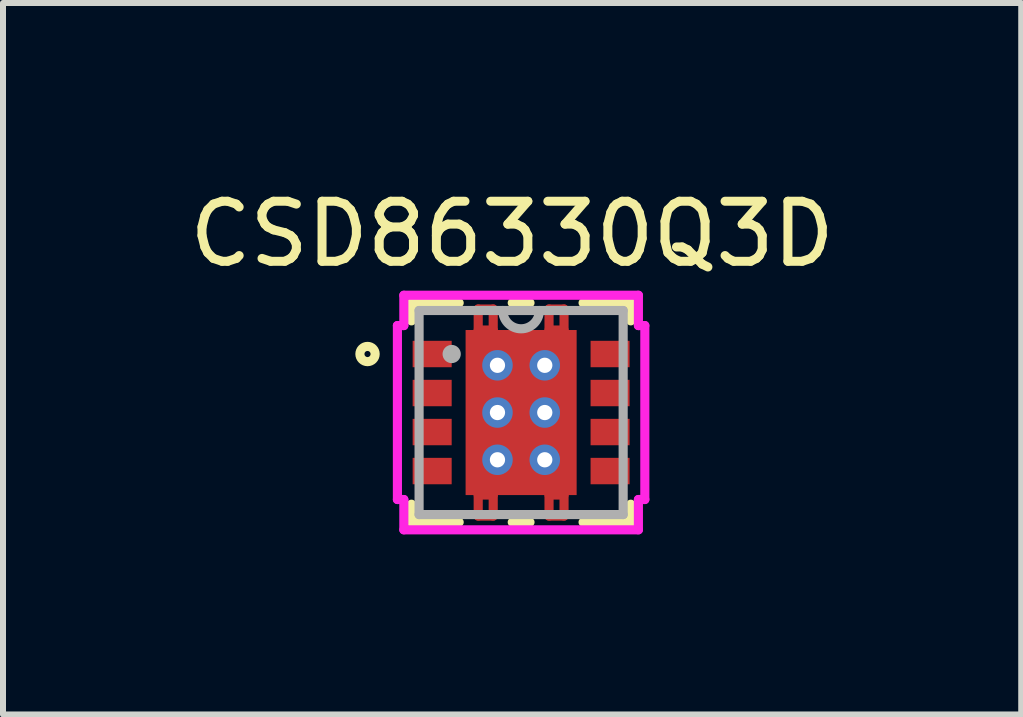
<source format=kicad_pcb>
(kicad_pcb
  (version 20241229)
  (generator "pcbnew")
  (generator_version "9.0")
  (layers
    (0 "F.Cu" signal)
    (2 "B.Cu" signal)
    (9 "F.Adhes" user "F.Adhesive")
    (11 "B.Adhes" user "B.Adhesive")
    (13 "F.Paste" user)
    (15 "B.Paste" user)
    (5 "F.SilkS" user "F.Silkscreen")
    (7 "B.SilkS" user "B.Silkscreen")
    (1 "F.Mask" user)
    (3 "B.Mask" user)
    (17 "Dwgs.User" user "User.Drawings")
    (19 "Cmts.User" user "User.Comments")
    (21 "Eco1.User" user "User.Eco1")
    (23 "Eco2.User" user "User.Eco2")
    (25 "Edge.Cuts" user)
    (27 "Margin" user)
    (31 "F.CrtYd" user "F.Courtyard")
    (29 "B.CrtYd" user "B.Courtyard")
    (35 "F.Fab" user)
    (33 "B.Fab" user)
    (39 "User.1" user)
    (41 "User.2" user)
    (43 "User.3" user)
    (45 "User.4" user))
  (footprint "CSD86330Q3D"
    (layer "F.Cu")
    (at 5.632 3.823)
    (property "Reference" "CSD86330Q3D" (at -0.15 -2.975 0) (layer "F.SilkS") (effects (font (size 1 1) (thickness 0.15))))
    (attr through_hole)
    (fp_line (start -0.715 -1.725) (end -0.715 -1.375) (stroke (width 0.152) (type solid)) (layer "F.Cu"))
    (fp_line (start -0.715 -1.375) (end -0.465 -1.375) (stroke (width 0.152) (type solid)) (layer "F.Cu"))
    (fp_line (start -0.715 1.375) (end -0.465 1.375) (stroke (width 0.152) (type solid)) (layer "F.Cu"))
    (fp_line (start -0.715 1.725) (end -0.715 1.375) (stroke (width 0.152) (type solid)) (layer "F.Cu"))
    (fp_line (start -0.465 -1.725) (end -0.715 -1.725) (stroke (width 0.152) (type solid)) (layer "F.Cu"))
    (fp_line (start -0.465 -1.375) (end -0.465 -1.725) (stroke (width 0.152) (type solid)) (layer "F.Cu"))
    (fp_line (start -0.465 1.375) (end -0.465 1.725) (stroke (width 0.152) (type solid)) (layer "F.Cu"))
    (fp_line (start -0.465 1.725) (end -0.715 1.725) (stroke (width 0.152) (type solid)) (layer "F.Cu"))
    (fp_line (start 0.465 -1.725) (end 0.715 -1.725) (stroke (width 0.152) (type solid)) (layer "F.Cu"))
    (fp_line (start 0.465 -1.375) (end 0.465 -1.725) (stroke (width 0.152) (type solid)) (layer "F.Cu"))
    (fp_line (start 0.465 1.375) (end 0.465 1.725) (stroke (width 0.152) (type solid)) (layer "F.Cu"))
    (fp_line (start 0.465 1.725) (end 0.715 1.725) (stroke (width 0.152) (type solid)) (layer "F.Cu"))
    (fp_line (start 0.715 -1.725) (end 0.715 -1.375) (stroke (width 0.152) (type solid)) (layer "F.Cu"))
    (fp_line (start 0.715 -1.375) (end 0.465 -1.375) (stroke (width 0.152) (type solid)) (layer "F.Cu"))
    (fp_line (start 0.715 1.375) (end 0.465 1.375) (stroke (width 0.152) (type solid)) (layer "F.Cu"))
    (fp_line (start 0.715 1.725) (end 0.715 1.375) (stroke (width 0.152) (type solid)) (layer "F.Cu"))
    (fp_line (start -0.989 -1.438) (end -0.594 -1.438) (stroke (width 0.152) (type solid)) (layer "F.Mask"))
    (fp_line (start -0.989 -1.438) (end 0.989 -1.438) (stroke (width 0.152) (type solid)) (layer "F.Mask"))
    (fp_line (start -0.989 -0.987) (end -0.989 -1.438) (stroke (width 0.152) (type solid)) (layer "F.Mask"))
    (fp_line (start -0.989 -0.587) (end 0.989 -0.587) (stroke (width 0.152) (type solid)) (layer "F.Mask"))
    (fp_line (start -0.989 -0.2) (end -0.989 -0.587) (stroke (width 0.152) (type solid)) (layer "F.Mask"))
    (fp_line (start -0.989 0.2) (end 0.989 0.2) (stroke (width 0.152) (type solid)) (layer "F.Mask"))
    (fp_line (start -0.989 0.587) (end -0.989 0.2) (stroke (width 0.152) (type solid)) (layer "F.Mask"))
    (fp_line (start -0.989 0.987) (end 0.989 0.987) (stroke (width 0.152) (type solid)) (layer "F.Mask"))
    (fp_line (start -0.989 1.438) (end -0.989 -1.438) (stroke (width 0.152) (type solid)) (layer "F.Mask"))
    (fp_line (start -0.989 1.438) (end -0.989 0.987) (stroke (width 0.152) (type solid)) (layer "F.Mask"))
    (fp_line (start -0.715 -1.725) (end -0.715 -1.375) (stroke (width 0.152) (type solid)) (layer "F.Mask"))
    (fp_line (start -0.715 -1.375) (end -0.465 -1.375) (stroke (width 0.152) (type solid)) (layer "F.Mask"))
    (fp_line (start -0.715 1.375) (end -0.465 1.375) (stroke (width 0.152) (type solid)) (layer "F.Mask"))
    (fp_line (start -0.715 1.725) (end -0.715 1.375) (stroke (width 0.152) (type solid)) (layer "F.Mask"))
    (fp_line (start -0.594 -1.438) (end -0.594 1.438) (stroke (width 0.152) (type solid)) (layer "F.Mask"))
    (fp_line (start -0.594 1.438) (end -0.989 1.438) (stroke (width 0.152) (type solid)) (layer "F.Mask"))
    (fp_line (start -0.465 -1.725) (end -0.715 -1.725) (stroke (width 0.152) (type solid)) (layer "F.Mask"))
    (fp_line (start -0.465 -1.375) (end -0.465 -1.725) (stroke (width 0.152) (type solid)) (layer "F.Mask"))
    (fp_line (start -0.465 1.375) (end -0.465 1.725) (stroke (width 0.152) (type solid)) (layer "F.Mask"))
    (fp_line (start -0.465 1.725) (end -0.715 1.725) (stroke (width 0.152) (type solid)) (layer "F.Mask"))
    (fp_line (start -0.194 -1.438) (end -0.194 1.438) (stroke (width 0.152) (type solid)) (layer "F.Mask"))
    (fp_line (start -0.194 1.438) (end 0.194 1.438) (stroke (width 0.152) (type solid)) (layer "F.Mask"))
    (fp_line (start 0.194 -1.438) (end -0.194 -1.438) (stroke (width 0.152) (type solid)) (layer "F.Mask"))
    (fp_line (start 0.194 1.438) (end 0.194 -1.438) (stroke (width 0.152) (type solid)) (layer "F.Mask"))
    (fp_line (start 0.465 -1.725) (end 0.715 -1.725) (stroke (width 0.152) (type solid)) (layer "F.Mask"))
    (fp_line (start 0.465 -1.375) (end 0.465 -1.725) (stroke (width 0.152) (type solid)) (layer "F.Mask"))
    (fp_line (start 0.465 1.375) (end 0.465 1.725) (stroke (width 0.152) (type solid)) (layer "F.Mask"))
    (fp_line (start 0.465 1.725) (end 0.715 1.725) (stroke (width 0.152) (type solid)) (layer "F.Mask"))
    (fp_line (start 0.594 -1.438) (end 0.989 -1.438) (stroke (width 0.152) (type solid)) (layer "F.Mask"))
    (fp_line (start 0.594 1.438) (end 0.594 -1.438) (stroke (width 0.152) (type solid)) (layer "F.Mask"))
    (fp_line (start 0.715 -1.725) (end 0.715 -1.375) (stroke (width 0.152) (type solid)) (layer "F.Mask"))
    (fp_line (start 0.715 -1.375) (end 0.465 -1.375) (stroke (width 0.152) (type solid)) (layer "F.Mask"))
    (fp_line (start 0.715 1.375) (end 0.465 1.375) (stroke (width 0.152) (type solid)) (layer "F.Mask"))
    (fp_line (start 0.715 1.725) (end 0.715 1.375) (stroke (width 0.152) (type solid)) (layer "F.Mask"))
    (fp_line (start 0.989 -1.438) (end 0.989 -0.987) (stroke (width 0.152) (type solid)) (layer "F.Mask"))
    (fp_line (start 0.989 -1.438) (end 0.989 1.438) (stroke (width 0.152) (type solid)) (layer "F.Mask"))
    (fp_line (start 0.989 -0.987) (end -0.989 -0.987) (stroke (width 0.152) (type solid)) (layer "F.Mask"))
    (fp_line (start 0.989 -0.587) (end 0.989 -0.2) (stroke (width 0.152) (type solid)) (layer "F.Mask"))
    (fp_line (start 0.989 -0.2) (end -0.989 -0.2) (stroke (width 0.152) (type solid)) (layer "F.Mask"))
    (fp_line (start 0.989 0.2) (end 0.989 0.587) (stroke (width 0.152) (type solid)) (layer "F.Mask"))
    (fp_line (start 0.989 0.587) (end -0.989 0.587) (stroke (width 0.152) (type solid)) (layer "F.Mask"))
    (fp_line (start 0.989 0.987) (end 0.989 1.438) (stroke (width 0.152) (type solid)) (layer "F.Mask"))
    (fp_line (start 0.989 1.438) (end -0.989 1.438) (stroke (width 0.152) (type solid)) (layer "F.Mask"))
    (fp_line (start 0.989 1.438) (end 0.594 1.438) (stroke (width 0.152) (type solid)) (layer "F.Mask"))
    (fp_line (start -1.827 -1.827) (end -1.827 -1.527) (stroke (width 0.152) (type solid)) (layer "F.SilkS"))
    (fp_line (start -1.827 1.527) (end -1.827 1.827) (stroke (width 0.152) (type solid)) (layer "F.SilkS"))
    (fp_line (start -1.827 1.827) (end -1.032 1.827) (stroke (width 0.152) (type solid)) (layer "F.SilkS"))
    (fp_line (start -1.032 -1.827) (end -1.827 -1.827) (stroke (width 0.152) (type solid)) (layer "F.SilkS"))
    (fp_line (start -0.148 1.827) (end 0.148 1.827) (stroke (width 0.152) (type solid)) (layer "F.SilkS"))
    (fp_line (start 0.148 -1.827) (end -0.148 -1.827) (stroke (width 0.152) (type solid)) (layer "F.SilkS"))
    (fp_line (start 1.032 1.827) (end 1.827 1.827) (stroke (width 0.152) (type solid)) (layer "F.SilkS"))
    (fp_line (start 1.827 -1.827) (end 1.032 -1.827) (stroke (width 0.152) (type solid)) (layer "F.SilkS"))
    (fp_line (start 1.827 -1.527) (end 1.827 -1.827) (stroke (width 0.152) (type solid)) (layer "F.SilkS"))
    (fp_line (start 1.827 1.827) (end 1.827 1.527) (stroke (width 0.152) (type solid)) (layer "F.SilkS"))
    (fp_circle (center -2.559 -0.975) (end -2.432 -0.975) (stroke (width 0.152) (type solid)) (fill no) (layer "F.SilkS"))
    (fp_line (start -0.85 -1.3) (end -0.85 -0.887) (stroke (width 0.152) (type solid)) (layer "F.Paste"))
    (fp_line (start -0.85 -0.887) (end -0.635 -0.887) (stroke (width 0.152) (type solid)) (layer "F.Paste"))
    (fp_line (start -0.85 -0.687) (end -0.85 -0.1) (stroke (width 0.152) (type solid)) (layer "F.Paste"))
    (fp_line (start -0.85 -0.1) (end -0.635 -0.1) (stroke (width 0.152) (type solid)) (layer "F.Paste"))
    (fp_line (start -0.85 0.1) (end -0.85 0.687) (stroke (width 0.152) (type solid)) (layer "F.Paste"))
    (fp_line (start -0.85 0.687) (end -0.635 0.687) (stroke (width 0.152) (type solid)) (layer "F.Paste"))
    (fp_line (start -0.85 0.887) (end -0.85 1.3) (stroke (width 0.152) (type solid)) (layer "F.Paste"))
    (fp_line (start -0.85 1.3) (end -0.494 1.3) (stroke (width 0.152) (type solid)) (layer "F.Paste"))
    (fp_line (start -0.664 -1.674) (end -0.664 -1.426) (stroke (width 0.152) (type solid)) (layer "F.Paste"))
    (fp_line (start -0.664 -1.426) (end -0.516 -1.426) (stroke (width 0.152) (type solid)) (layer "F.Paste"))
    (fp_line (start -0.664 1.426) (end -0.516 1.426) (stroke (width 0.152) (type solid)) (layer "F.Paste"))
    (fp_line (start -0.664 1.674) (end -0.664 1.426) (stroke (width 0.152) (type solid)) (layer "F.Paste"))
    (fp_line (start -0.635 -0.887) (end -0.635 -0.887) (stroke (width 0.152) (type solid)) (layer "F.Paste"))
    (fp_line (start -0.635 -0.887) (end -0.494 -1.029) (stroke (width 0.152) (type solid)) (layer "F.Paste"))
    (fp_line (start -0.635 -0.687) (end -0.85 -0.687) (stroke (width 0.152) (type solid)) (layer "F.Paste"))
    (fp_line (start -0.635 -0.687) (end -0.635 -0.687) (stroke (width 0.152) (type solid)) (layer "F.Paste"))
    (fp_line (start -0.635 -0.1) (end -0.635 -0.1) (stroke (width 0.152) (type solid)) (layer "F.Paste"))
    (fp_line (start -0.635 -0.1) (end -0.494 -0.241) (stroke (width 0.152) (type solid)) (layer "F.Paste"))
    (fp_line (start -0.635 0.1) (end -0.85 0.1) (stroke (width 0.152) (type solid)) (layer "F.Paste"))
    (fp_line (start -0.635 0.1) (end -0.635 0.1) (stroke (width 0.152) (type solid)) (layer "F.Paste"))
    (fp_line (start -0.635 0.687) (end -0.635 0.687) (stroke (width 0.152) (type solid)) (layer "F.Paste"))
    (fp_line (start -0.635 0.687) (end -0.494 0.546) (stroke (width 0.152) (type solid)) (layer "F.Paste"))
    (fp_line (start -0.635 0.887) (end -0.85 0.887) (stroke (width 0.152) (type solid)) (layer "F.Paste"))
    (fp_line (start -0.635 0.887) (end -0.635 0.887) (stroke (width 0.152) (type solid)) (layer "F.Paste"))
    (fp_line (start -0.516 -1.674) (end -0.664 -1.674) (stroke (width 0.152) (type solid)) (layer "F.Paste"))
    (fp_line (start -0.516 -1.426) (end -0.516 -1.674) (stroke (width 0.152) (type solid)) (layer "F.Paste"))
    (fp_line (start -0.516 1.426) (end -0.516 1.674) (stroke (width 0.152) (type solid)) (layer "F.Paste"))
    (fp_line (start -0.516 1.674) (end -0.664 1.674) (stroke (width 0.152) (type solid)) (layer "F.Paste"))
    (fp_line (start -0.494 -1.3) (end -0.85 -1.3) (stroke (width 0.152) (type solid)) (layer "F.Paste"))
    (fp_line (start -0.494 -1.029) (end -0.494 -1.3) (stroke (width 0.152) (type solid)) (layer "F.Paste"))
    (fp_line (start -0.494 -1.029) (end -0.494 -1.029) (stroke (width 0.152) (type solid)) (layer "F.Paste"))
    (fp_line (start -0.494 -0.546) (end -0.635 -0.687) (stroke (width 0.152) (type solid)) (layer "F.Paste"))
    (fp_line (start -0.494 -0.546) (end -0.494 -0.546) (stroke (width 0.152) (type solid)) (layer "F.Paste"))
    (fp_line (start -0.494 -0.241) (end -0.494 -0.546) (stroke (width 0.152) (type solid)) (layer "F.Paste"))
    (fp_line (start -0.494 -0.241) (end -0.494 -0.241) (stroke (width 0.152) (type solid)) (layer "F.Paste"))
    (fp_line (start -0.494 0.241) (end -0.635 0.1) (stroke (width 0.152) (type solid)) (layer "F.Paste"))
    (fp_line (start -0.494 0.241) (end -0.494 0.241) (stroke (width 0.152) (type solid)) (layer "F.Paste"))
    (fp_line (start -0.494 0.546) (end -0.494 0.241) (stroke (width 0.152) (type solid)) (layer "F.Paste"))
    (fp_line (start -0.494 0.546) (end -0.494 0.546) (stroke (width 0.152) (type solid)) (layer "F.Paste"))
    (fp_line (start -0.494 1.029) (end -0.635 0.887) (stroke (width 0.152) (type solid)) (layer "F.Paste"))
    (fp_line (start -0.494 1.029) (end -0.494 1.029) (stroke (width 0.152) (type solid)) (layer "F.Paste"))
    (fp_line (start -0.494 1.3) (end -0.494 1.029) (stroke (width 0.152) (type solid)) (layer "F.Paste"))
    (fp_line (start -0.294 -1.3) (end -0.294 -1.029) (stroke (width 0.152) (type solid)) (layer "F.Paste"))
    (fp_line (start -0.294 -1.029) (end -0.294 -1.029) (stroke (width 0.152) (type solid)) (layer "F.Paste"))
    (fp_line (start -0.294 -1.029) (end -0.152 -0.887) (stroke (width 0.152) (type solid)) (layer "F.Paste"))
    (fp_line (start -0.294 -0.546) (end -0.294 -0.546) (stroke (width 0.152) (type solid)) (layer "F.Paste"))
    (fp_line (start -0.294 -0.546) (end -0.294 -0.241) (stroke (width 0.152) (type solid)) (layer "F.Paste"))
    (fp_line (start -0.294 -0.241) (end -0.294 -0.241) (stroke (width 0.152) (type solid)) (layer "F.Paste"))
    (fp_line (start -0.294 -0.241) (end -0.152 -0.1) (stroke (width 0.152) (type solid)) (layer "F.Paste"))
    (fp_line (start -0.294 0.241) (end -0.294 0.241) (stroke (width 0.152) (type solid)) (layer "F.Paste"))
    (fp_line (start -0.294 0.241) (end -0.294 0.546) (stroke (width 0.152) (type solid)) (layer "F.Paste"))
    (fp_line (start -0.294 0.546) (end -0.294 0.546) (stroke (width 0.152) (type solid)) (layer "F.Paste"))
    (fp_line (start -0.294 0.546) (end -0.152 0.687) (stroke (width 0.152) (type solid)) (layer "F.Paste"))
    (fp_line (start -0.294 1.029) (end -0.294 1.029) (stroke (width 0.152) (type solid)) (layer "F.Paste"))
    (fp_line (start -0.294 1.029) (end -0.294 1.3) (stroke (width 0.152) (type solid)) (layer "F.Paste"))
    (fp_line (start -0.294 1.3) (end 0.294 1.3) (stroke (width 0.152) (type solid)) (layer "F.Paste"))
    (fp_line (start -0.152 -0.887) (end -0.152 -0.887) (stroke (width 0.152) (type solid)) (layer "F.Paste"))
    (fp_line (start -0.152 -0.887) (end 0.152 -0.887) (stroke (width 0.152) (type solid)) (layer "F.Paste"))
    (fp_line (start -0.152 -0.687) (end -0.294 -0.546) (stroke (width 0.152) (type solid)) (layer "F.Paste"))
    (fp_line (start -0.152 -0.687) (end -0.152 -0.687) (stroke (width 0.152) (type solid)) (layer "F.Paste"))
    (fp_line (start -0.152 -0.1) (end -0.152 -0.1) (stroke (width 0.152) (type solid)) (layer "F.Paste"))
    (fp_line (start -0.152 -0.1) (end 0.152 -0.1) (stroke (width 0.152) (type solid)) (layer "F.Paste"))
    (fp_line (start -0.152 0.1) (end -0.294 0.241) (stroke (width 0.152) (type solid)) (layer "F.Paste"))
    (fp_line (start -0.152 0.1) (end -0.152 0.1) (stroke (width 0.152) (type solid)) (layer "F.Paste"))
    (fp_line (start -0.152 0.687) (end -0.152 0.687) (stroke (width 0.152) (type solid)) (layer "F.Paste"))
    (fp_line (start -0.152 0.687) (end 0.152 0.687) (stroke (width 0.152) (type solid)) (layer "F.Paste"))
    (fp_line (start -0.152 0.887) (end -0.294 1.029) (stroke (width 0.152) (type solid)) (layer "F.Paste"))
    (fp_line (start -0.152 0.887) (end -0.152 0.887) (stroke (width 0.152) (type solid)) (layer "F.Paste"))
    (fp_line (start 0.152 -0.887) (end 0.152 -0.887) (stroke (width 0.152) (type solid)) (layer "F.Paste"))
    (fp_line (start 0.152 -0.887) (end 0.294 -1.029) (stroke (width 0.152) (type solid)) (layer "F.Paste"))
    (fp_line (start 0.152 -0.687) (end -0.152 -0.687) (stroke (width 0.152) (type solid)) (layer "F.Paste"))
    (fp_line (start 0.152 -0.687) (end 0.152 -0.687) (stroke (width 0.152) (type solid)) (layer "F.Paste"))
    (fp_line (start 0.152 -0.1) (end 0.152 -0.1) (stroke (width 0.152) (type solid)) (layer "F.Paste"))
    (fp_line (start 0.152 -0.1) (end 0.294 -0.241) (stroke (width 0.152) (type solid)) (layer "F.Paste"))
    (fp_line (start 0.152 0.1) (end -0.152 0.1) (stroke (width 0.152) (type solid)) (layer "F.Paste"))
    (fp_line (start 0.152 0.1) (end 0.152 0.1) (stroke (width 0.152) (type solid)) (layer "F.Paste"))
    (fp_line (start 0.152 0.687) (end 0.152 0.687) (stroke (width 0.152) (type solid)) (layer "F.Paste"))
    (fp_line (start 0.152 0.687) (end 0.294 0.546) (stroke (width 0.152) (type solid)) (layer "F.Paste"))
    (fp_line (start 0.152 0.887) (end -0.152 0.887) (stroke (width 0.152) (type solid)) (layer "F.Paste"))
    (fp_line (start 0.152 0.887) (end 0.152 0.887) (stroke (width 0.152) (type solid)) (layer "F.Paste"))
    (fp_line (start 0.294 -1.3) (end -0.294 -1.3) (stroke (width 0.152) (type solid)) (layer "F.Paste"))
    (fp_line (start 0.294 -1.029) (end 0.294 -1.3) (stroke (width 0.152) (type solid)) (layer "F.Paste"))
    (fp_line (start 0.294 -1.029) (end 0.294 -1.029) (stroke (width 0.152) (type solid)) (layer "F.Paste"))
    (fp_line (start 0.294 -0.546) (end 0.152 -0.687) (stroke (width 0.152) (type solid)) (layer "F.Paste"))
    (fp_line (start 0.294 -0.546) (end 0.294 -0.546) (stroke (width 0.152) (type solid)) (layer "F.Paste"))
    (fp_line (start 0.294 -0.241) (end 0.294 -0.546) (stroke (width 0.152) (type solid)) (layer "F.Paste"))
    (fp_line (start 0.294 -0.241) (end 0.294 -0.241) (stroke (width 0.152) (type solid)) (layer "F.Paste"))
    (fp_line (start 0.294 0.241) (end 0.152 0.1) (stroke (width 0.152) (type solid)) (layer "F.Paste"))
    (fp_line (start 0.294 0.241) (end 0.294 0.241) (stroke (width 0.152) (type solid)) (layer "F.Paste"))
    (fp_line (start 0.294 0.546) (end 0.294 0.241) (stroke (width 0.152) (type solid)) (layer "F.Paste"))
    (fp_line (start 0.294 0.546) (end 0.294 0.546) (stroke (width 0.152) (type solid)) (layer "F.Paste"))
    (fp_line (start 0.294 1.029) (end 0.152 0.887) (stroke (width 0.152) (type solid)) (layer "F.Paste"))
    (fp_line (start 0.294 1.029) (end 0.294 1.029) (stroke (width 0.152) (type solid)) (layer "F.Paste"))
    (fp_line (start 0.294 1.3) (end 0.294 1.029) (stroke (width 0.152) (type solid)) (layer "F.Paste"))
    (fp_line (start 0.494 -1.3) (end 0.494 -1.029) (stroke (width 0.152) (type solid)) (layer "F.Paste"))
    (fp_line (start 0.494 -1.029) (end 0.494 -1.029) (stroke (width 0.152) (type solid)) (layer "F.Paste"))
    (fp_line (start 0.494 -1.029) (end 0.635 -0.887) (stroke (width 0.152) (type solid)) (layer "F.Paste"))
    (fp_line (start 0.494 -0.546) (end 0.494 -0.546) (stroke (width 0.152) (type solid)) (layer "F.Paste"))
    (fp_line (start 0.494 -0.546) (end 0.494 -0.241) (stroke (width 0.152) (type solid)) (layer "F.Paste"))
    (fp_line (start 0.494 -0.241) (end 0.494 -0.241) (stroke (width 0.152) (type solid)) (layer "F.Paste"))
    (fp_line (start 0.494 -0.241) (end 0.635 -0.1) (stroke (width 0.152) (type solid)) (layer "F.Paste"))
    (fp_line (start 0.494 0.241) (end 0.494 0.241) (stroke (width 0.152) (type solid)) (layer "F.Paste"))
    (fp_line (start 0.494 0.241) (end 0.494 0.546) (stroke (width 0.152) (type solid)) (layer "F.Paste"))
    (fp_line (start 0.494 0.546) (end 0.494 0.546) (stroke (width 0.152) (type solid)) (layer "F.Paste"))
    (fp_line (start 0.494 0.546) (end 0.635 0.687) (stroke (width 0.152) (type solid)) (layer "F.Paste"))
    (fp_line (start 0.494 1.029) (end 0.494 1.029) (stroke (width 0.152) (type solid)) (layer "F.Paste"))
    (fp_line (start 0.494 1.029) (end 0.494 1.3) (stroke (width 0.152) (type solid)) (layer "F.Paste"))
    (fp_line (start 0.494 1.3) (end 0.85 1.3) (stroke (width 0.152) (type solid)) (layer "F.Paste"))
    (fp_line (start 0.516 -1.674) (end 0.664 -1.674) (stroke (width 0.152) (type solid)) (layer "F.Paste"))
    (fp_line (start 0.516 -1.426) (end 0.516 -1.674) (stroke (width 0.152) (type solid)) (layer "F.Paste"))
    (fp_line (start 0.516 1.426) (end 0.516 1.674) (stroke (width 0.152) (type solid)) (layer "F.Paste"))
    (fp_line (start 0.516 1.674) (end 0.664 1.674) (stroke (width 0.152) (type solid)) (layer "F.Paste"))
    (fp_line (start 0.635 -0.887) (end 0.635 -0.887) (stroke (width 0.152) (type solid)) (layer "F.Paste"))
    (fp_line (start 0.635 -0.887) (end 0.85 -0.887) (stroke (width 0.152) (type solid)) (layer "F.Paste"))
    (fp_line (start 0.635 -0.687) (end 0.494 -0.546) (stroke (width 0.152) (type solid)) (layer "F.Paste"))
    (fp_line (start 0.635 -0.687) (end 0.635 -0.687) (stroke (width 0.152) (type solid)) (layer "F.Paste"))
    (fp_line (start 0.635 -0.1) (end 0.635 -0.1) (stroke (width 0.152) (type solid)) (layer "F.Paste"))
    (fp_line (start 0.635 -0.1) (end 0.85 -0.1) (stroke (width 0.152) (type solid)) (layer "F.Paste"))
    (fp_line (start 0.635 0.1) (end 0.494 0.241) (stroke (width 0.152) (type solid)) (layer "F.Paste"))
    (fp_line (start 0.635 0.1) (end 0.635 0.1) (stroke (width 0.152) (type solid)) (layer "F.Paste"))
    (fp_line (start 0.635 0.687) (end 0.635 0.687) (stroke (width 0.152) (type solid)) (layer "F.Paste"))
    (fp_line (start 0.635 0.687) (end 0.85 0.687) (stroke (width 0.152) (type solid)) (layer "F.Paste"))
    (fp_line (start 0.635 0.887) (end 0.494 1.029) (stroke (width 0.152) (type solid)) (layer "F.Paste"))
    (fp_line (start 0.635 0.887) (end 0.635 0.887) (stroke (width 0.152) (type solid)) (layer "F.Paste"))
    (fp_line (start 0.664 -1.674) (end 0.664 -1.426) (stroke (width 0.152) (type solid)) (layer "F.Paste"))
    (fp_line (start 0.664 -1.426) (end 0.516 -1.426) (stroke (width 0.152) (type solid)) (layer "F.Paste"))
    (fp_line (start 0.664 1.426) (end 0.516 1.426) (stroke (width 0.152) (type solid)) (layer "F.Paste"))
    (fp_line (start 0.664 1.674) (end 0.664 1.426) (stroke (width 0.152) (type solid)) (layer "F.Paste"))
    (fp_line (start 0.85 -1.3) (end 0.494 -1.3) (stroke (width 0.152) (type solid)) (layer "F.Paste"))
    (fp_line (start 0.85 -0.887) (end 0.85 -1.3) (stroke (width 0.152) (type solid)) (layer "F.Paste"))
    (fp_line (start 0.85 -0.687) (end 0.635 -0.687) (stroke (width 0.152) (type solid)) (layer "F.Paste"))
    (fp_line (start 0.85 -0.1) (end 0.85 -0.687) (stroke (width 0.152) (type solid)) (layer "F.Paste"))
    (fp_line (start 0.85 0.1) (end 0.635 0.1) (stroke (width 0.152) (type solid)) (layer "F.Paste"))
    (fp_line (start 0.85 0.687) (end 0.85 0.1) (stroke (width 0.152) (type solid)) (layer "F.Paste"))
    (fp_line (start 0.85 0.887) (end 0.635 0.887) (stroke (width 0.152) (type solid)) (layer "F.Paste"))
    (fp_line (start 0.85 1.3) (end 0.85 0.887) (stroke (width 0.152) (type solid)) (layer "F.Paste"))
    (fp_line (start -2.061 -1.449) (end -1.954 -1.449) (stroke (width 0.152) (type solid)) (layer "F.CrtYd"))
    (fp_line (start -2.061 1.449) (end -2.061 -1.449) (stroke (width 0.152) (type solid)) (layer "F.CrtYd"))
    (fp_line (start -1.954 -1.954) (end 1.954 -1.954) (stroke (width 0.152) (type solid)) (layer "F.CrtYd"))
    (fp_line (start -1.954 -1.449) (end -1.954 -1.954) (stroke (width 0.152) (type solid)) (layer "F.CrtYd"))
    (fp_line (start -1.954 1.449) (end -2.061 1.449) (stroke (width 0.152) (type solid)) (layer "F.CrtYd"))
    (fp_line (start -1.954 1.954) (end -1.954 1.449) (stroke (width 0.152) (type solid)) (layer "F.CrtYd"))
    (fp_line (start 1.954 -1.954) (end 1.954 -1.449) (stroke (width 0.152) (type solid)) (layer "F.CrtYd"))
    (fp_line (start 1.954 -1.449) (end 2.061 -1.449) (stroke (width 0.152) (type solid)) (layer "F.CrtYd"))
    (fp_line (start 1.954 1.449) (end 1.954 1.954) (stroke (width 0.152) (type solid)) (layer "F.CrtYd"))
    (fp_line (start 1.954 1.954) (end -1.954 1.954) (stroke (width 0.152) (type solid)) (layer "F.CrtYd"))
    (fp_line (start 2.061 -1.449) (end 2.061 1.449) (stroke (width 0.152) (type solid)) (layer "F.CrtYd"))
    (fp_line (start 2.061 1.449) (end 1.954 1.449) (stroke (width 0.152) (type solid)) (layer "F.CrtYd"))
    (fp_line (start -1.7 -1.7) (end -1.7 1.7) (stroke (width 0.152) (type solid)) (layer "F.Fab"))
    (fp_line (start -1.7 1.7) (end 1.7 1.7) (stroke (width 0.152) (type solid)) (layer "F.Fab"))
    (fp_line (start 1.7 -1.7) (end -1.7 -1.7) (stroke (width 0.152) (type solid)) (layer "F.Fab"))
    (fp_line (start 1.7 1.7) (end 1.7 -1.7) (stroke (width 0.152) (type solid)) (layer "F.Fab"))
    (fp_arc (start 0.3048 -1.7) (mid 0 -1.3952) (end -0.3048 -1.7) (stroke (width 0.1524) (type solid)) (layer "F.Fab"))
    (fp_circle (center -1.157 -0.975) (end -1.081 -0.975) (stroke (width 0.152) (type solid)) (fill no) (layer "F.Fab"))
    (pad "1" smd rect (at -1.482 -0.975) (size 0.65 0.44) (layers "F.Cu" "F.Mask" "F.Paste"))
    (pad "2" smd rect (at -1.482 -0.325) (size 0.65 0.44) (layers "F.Cu" "F.Mask" "F.Paste"))
    (pad "3" smd rect (at -1.482 0.325) (size 0.65 0.44) (layers "F.Cu" "F.Mask" "F.Paste"))
    (pad "4" smd rect (at -1.482 0.975) (size 0.65 0.44) (layers "F.Cu" "F.Mask" "F.Paste"))
    (pad "5" smd rect (at 1.482 0.975) (size 0.65 0.44) (layers "F.Cu" "F.Mask" "F.Paste"))
    (pad "6" thru_hole circle (at -0.394 -0.787) (size 0.508 0.508) (drill 0.254) (layers "*.Cu" "*.Mask"))
    (pad "6" thru_hole circle (at -0.394 0) (size 0.508 0.508) (drill 0.254) (layers "*.Cu" "*.Mask"))
    (pad "6" thru_hole circle (at -0.394 0.787) (size 0.508 0.508) (drill 0.254) (layers "*.Cu" "*.Mask"))
    (pad "6" thru_hole circle (at 0.394 -0.787) (size 0.508 0.508) (drill 0.254) (layers "*.Cu" "*.Mask"))
    (pad "6" thru_hole circle (at 0.394 0) (size 0.508 0.508) (drill 0.254) (layers "*.Cu" "*.Mask"))
    (pad "6" thru_hole circle (at 0.394 0.787) (size 0.508 0.508) (drill 0.254) (layers "*.Cu" "*.Mask"))
    (pad "6" smd rect (at 1.482 0.325) (size 0.65 0.44) (layers "F.Cu" "F.Mask" "F.Paste"))
    (pad "7" smd rect (at 1.482 -0.325) (size 0.65 0.44) (layers "F.Cu" "F.Mask" "F.Paste"))
    (pad "8" smd rect (at 1.482 -0.975) (size 0.65 0.44) (layers "F.Cu" "F.Mask" "F.Paste"))
    (pad "9" smd rect (at 0 0) (size 1.85 2.75) (layers "F.Cu" "F.Mask" "F.Paste")))
  (gr_rect
    (start -3 -3)
    (end 13.964 8.853)
    (stroke (width 0.1) (type default))
    (fill no)
    (layer "Edge.Cuts")))
</source>
